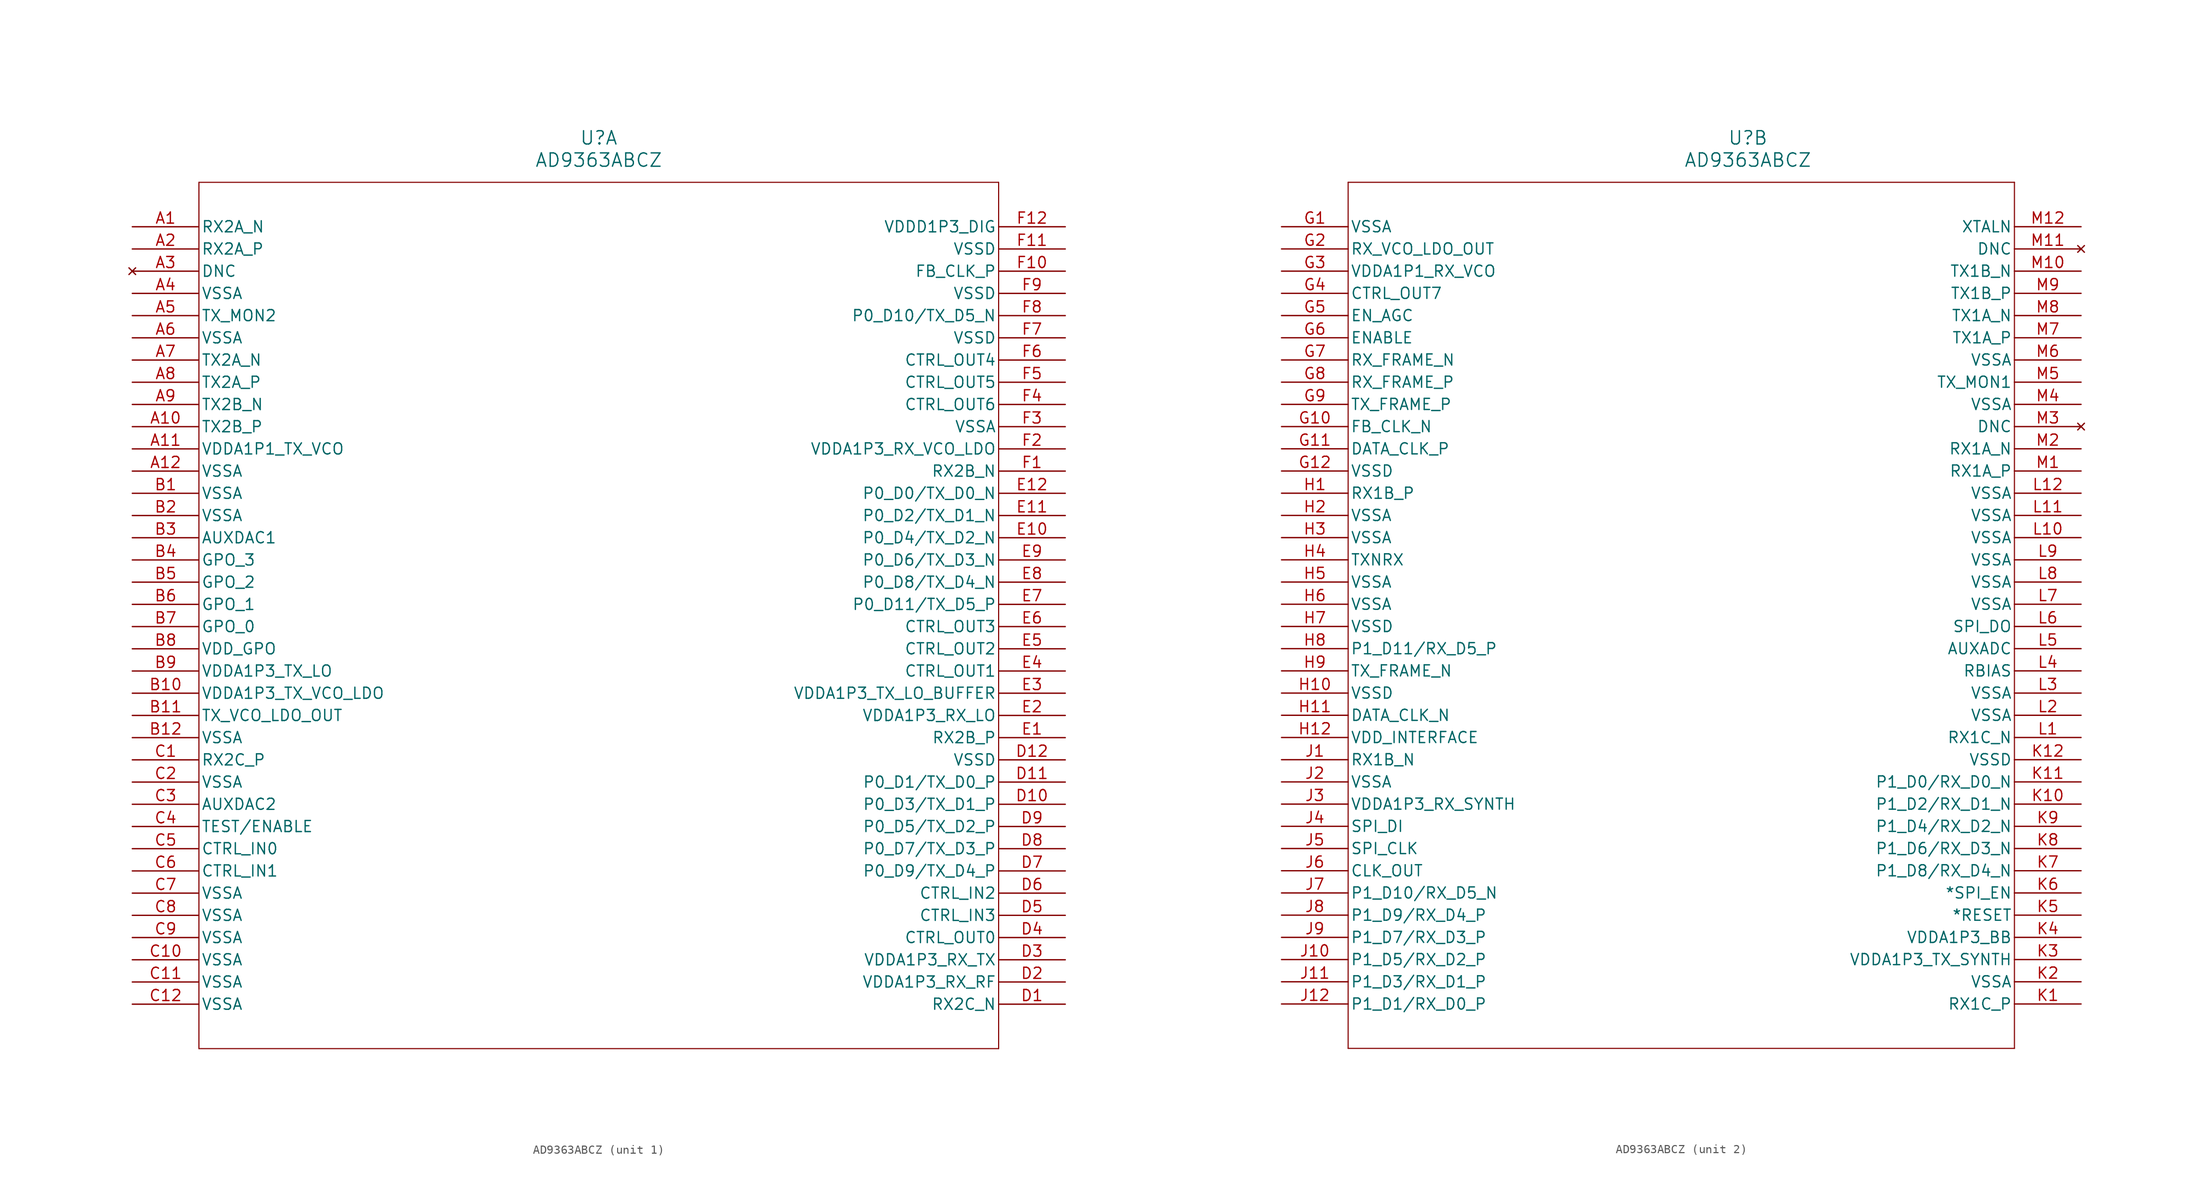
<source format=kicad_sym>
(kicad_symbol_lib
  (version 20231120)
  (generator "kicad_symbol_editor")
  (generator_version "8.0")
  (symbol "AD9363ABCZ"
    (pin_names
      (offset 0.254))
    (property "Reference" "U"
      (at 53.34 10.16 0)
      (effects (font (size 1.524 1.524))))
    (property "Value" "AD9363ABCZ"
      (at 53.34 7.62 0)
      (effects (font (size 1.524 1.524))))
    (property "ki_locked" ""
      (at 0 0 0)
      (effects (font (size 1.27 1.27))))
    (symbol "AD9363ABCZ_1_1"
      (polyline (pts (xy 7.62 -93.98) (xy 99.06 -93.98)) (stroke (width 0.127) (type default)) (fill (type none)))
      (polyline (pts (xy 7.62 5.08) (xy 7.62 -93.98)) (stroke (width 0.127) (type default)) (fill (type none)))
      (polyline (pts (xy 99.06 -93.98) (xy 99.06 5.08)) (stroke (width 0.127) (type default)) (fill (type none)))
      (polyline (pts (xy 99.06 5.08) (xy 7.62 5.08)) (stroke (width 0.127) (type default)) (fill (type none)))
      (pin input line (at 0 0 0) (length 7.62) (name "RX2A_N" (effects (font (size 1.27 1.27)))) (number "A1" (effects (font (size 1.27 1.27)))))
      (pin output line (at 0 -22.86 0) (length 7.62) (name "TX2B_P" (effects (font (size 1.27 1.27)))) (number "A10" (effects (font (size 1.27 1.27)))))
      (pin power_in line (at 0 -25.4 0) (length 7.62) (name "VDDA1P1_TX_VCO" (effects (font (size 1.27 1.27)))) (number "A11" (effects (font (size 1.27 1.27)))))
      (pin power_out line (at 0 -27.94 0) (length 7.62) (name "VSSA" (effects (font (size 1.27 1.27)))) (number "A12" (effects (font (size 1.27 1.27)))))
      (pin input line (at 0 -2.54 0) (length 7.62) (name "RX2A_P" (effects (font (size 1.27 1.27)))) (number "A2" (effects (font (size 1.27 1.27)))))
      (pin no_connect line (at 0 -5.08 0) (length 7.62) (name "DNC" (effects (font (size 1.27 1.27)))) (number "A3" (effects (font (size 1.27 1.27)))))
      (pin power_out line (at 0 -7.62 0) (length 7.62) (name "VSSA" (effects (font (size 1.27 1.27)))) (number "A4" (effects (font (size 1.27 1.27)))))
      (pin input line (at 0 -10.16 0) (length 7.62) (name "TX_MON2" (effects (font (size 1.27 1.27)))) (number "A5" (effects (font (size 1.27 1.27)))))
      (pin power_out line (at 0 -12.7 0) (length 7.62) (name "VSSA" (effects (font (size 1.27 1.27)))) (number "A6" (effects (font (size 1.27 1.27)))))
      (pin output line (at 0 -15.24 0) (length 7.62) (name "TX2A_N" (effects (font (size 1.27 1.27)))) (number "A7" (effects (font (size 1.27 1.27)))))
      (pin output line (at 0 -17.78 0) (length 7.62) (name "TX2A_P" (effects (font (size 1.27 1.27)))) (number "A8" (effects (font (size 1.27 1.27)))))
      (pin output line (at 0 -20.32 0) (length 7.62) (name "TX2B_N" (effects (font (size 1.27 1.27)))) (number "A9" (effects (font (size 1.27 1.27)))))
      (pin power_out line (at 0 -30.48 0) (length 7.62) (name "VSSA" (effects (font (size 1.27 1.27)))) (number "B1" (effects (font (size 1.27 1.27)))))
      (pin power_in line (at 0 -53.34 0) (length 7.62) (name "VDDA1P3_TX_VCO_LDO" (effects (font (size 1.27 1.27)))) (number "B10" (effects (font (size 1.27 1.27)))))
      (pin power_in line (at 0 -55.88 0) (length 7.62) (name "TX_VCO_LDO_OUT" (effects (font (size 1.27 1.27)))) (number "B11" (effects (font (size 1.27 1.27)))))
      (pin power_out line (at 0 -58.42 0) (length 7.62) (name "VSSA" (effects (font (size 1.27 1.27)))) (number "B12" (effects (font (size 1.27 1.27)))))
      (pin power_out line (at 0 -33.02 0) (length 7.62) (name "VSSA" (effects (font (size 1.27 1.27)))) (number "B2" (effects (font (size 1.27 1.27)))))
      (pin output line (at 0 -35.56 0) (length 7.62) (name "AUXDAC1" (effects (font (size 1.27 1.27)))) (number "B3" (effects (font (size 1.27 1.27)))))
      (pin output line (at 0 -38.1 0) (length 7.62) (name "GPO_3" (effects (font (size 1.27 1.27)))) (number "B4" (effects (font (size 1.27 1.27)))))
      (pin output line (at 0 -40.64 0) (length 7.62) (name "GPO_2" (effects (font (size 1.27 1.27)))) (number "B5" (effects (font (size 1.27 1.27)))))
      (pin output line (at 0 -43.18 0) (length 7.62) (name "GPO_1" (effects (font (size 1.27 1.27)))) (number "B6" (effects (font (size 1.27 1.27)))))
      (pin output line (at 0 -45.72 0) (length 7.62) (name "GPO_0" (effects (font (size 1.27 1.27)))) (number "B7" (effects (font (size 1.27 1.27)))))
      (pin power_in line (at 0 -48.26 0) (length 7.62) (name "VDD_GPO" (effects (font (size 1.27 1.27)))) (number "B8" (effects (font (size 1.27 1.27)))))
      (pin power_in line (at 0 -50.8 0) (length 7.62) (name "VDDA1P3_TX_LO" (effects (font (size 1.27 1.27)))) (number "B9" (effects (font (size 1.27 1.27)))))
      (pin input line (at 0 -60.96 0) (length 7.62) (name "RX2C_P" (effects (font (size 1.27 1.27)))) (number "C1" (effects (font (size 1.27 1.27)))))
      (pin power_out line (at 0 -83.82 0) (length 7.62) (name "VSSA" (effects (font (size 1.27 1.27)))) (number "C10" (effects (font (size 1.27 1.27)))))
      (pin power_out line (at 0 -86.36 0) (length 7.62) (name "VSSA" (effects (font (size 1.27 1.27)))) (number "C11" (effects (font (size 1.27 1.27)))))
      (pin power_out line (at 0 -88.9 0) (length 7.62) (name "VSSA" (effects (font (size 1.27 1.27)))) (number "C12" (effects (font (size 1.27 1.27)))))
      (pin power_out line (at 0 -63.5 0) (length 7.62) (name "VSSA" (effects (font (size 1.27 1.27)))) (number "C2" (effects (font (size 1.27 1.27)))))
      (pin output line (at 0 -66.04 0) (length 7.62) (name "AUXDAC2" (effects (font (size 1.27 1.27)))) (number "C3" (effects (font (size 1.27 1.27)))))
      (pin input line (at 0 -68.58 0) (length 7.62) (name "TEST/ENABLE" (effects (font (size 1.27 1.27)))) (number "C4" (effects (font (size 1.27 1.27)))))
      (pin input line (at 0 -71.12 0) (length 7.62) (name "CTRL_IN0" (effects (font (size 1.27 1.27)))) (number "C5" (effects (font (size 1.27 1.27)))))
      (pin input line (at 0 -73.66 0) (length 7.62) (name "CTRL_IN1" (effects (font (size 1.27 1.27)))) (number "C6" (effects (font (size 1.27 1.27)))))
      (pin power_out line (at 0 -76.2 0) (length 7.62) (name "VSSA" (effects (font (size 1.27 1.27)))) (number "C7" (effects (font (size 1.27 1.27)))))
      (pin power_out line (at 0 -78.74 0) (length 7.62) (name "VSSA" (effects (font (size 1.27 1.27)))) (number "C8" (effects (font (size 1.27 1.27)))))
      (pin power_out line (at 0 -81.28 0) (length 7.62) (name "VSSA" (effects (font (size 1.27 1.27)))) (number "C9" (effects (font (size 1.27 1.27)))))
      (pin input line (at 106.68 -88.9 180) (length 7.62) (name "RX2C_N" (effects (font (size 1.27 1.27)))) (number "D1" (effects (font (size 1.27 1.27)))))
      (pin bidirectional line (at 106.68 -66.04 180) (length 7.62) (name "P0_D3/TX_D1_P" (effects (font (size 1.27 1.27)))) (number "D10" (effects (font (size 1.27 1.27)))))
      (pin bidirectional line (at 106.68 -63.5 180) (length 7.62) (name "P0_D1/TX_D0_P" (effects (font (size 1.27 1.27)))) (number "D11" (effects (font (size 1.27 1.27)))))
      (pin power_out line (at 106.68 -60.96 180) (length 7.62) (name "VSSD" (effects (font (size 1.27 1.27)))) (number "D12" (effects (font (size 1.27 1.27)))))
      (pin power_in line (at 106.68 -86.36 180) (length 7.62) (name "VDDA1P3_RX_RF" (effects (font (size 1.27 1.27)))) (number "D2" (effects (font (size 1.27 1.27)))))
      (pin power_in line (at 106.68 -83.82 180) (length 7.62) (name "VDDA1P3_RX_TX" (effects (font (size 1.27 1.27)))) (number "D3" (effects (font (size 1.27 1.27)))))
      (pin output line (at 106.68 -81.28 180) (length 7.62) (name "CTRL_OUT0" (effects (font (size 1.27 1.27)))) (number "D4" (effects (font (size 1.27 1.27)))))
      (pin input line (at 106.68 -78.74 180) (length 7.62) (name "CTRL_IN3" (effects (font (size 1.27 1.27)))) (number "D5" (effects (font (size 1.27 1.27)))))
      (pin input line (at 106.68 -76.2 180) (length 7.62) (name "CTRL_IN2" (effects (font (size 1.27 1.27)))) (number "D6" (effects (font (size 1.27 1.27)))))
      (pin bidirectional line (at 106.68 -73.66 180) (length 7.62) (name "P0_D9/TX_D4_P" (effects (font (size 1.27 1.27)))) (number "D7" (effects (font (size 1.27 1.27)))))
      (pin bidirectional line (at 106.68 -71.12 180) (length 7.62) (name "P0_D7/TX_D3_P" (effects (font (size 1.27 1.27)))) (number "D8" (effects (font (size 1.27 1.27)))))
      (pin bidirectional line (at 106.68 -68.58 180) (length 7.62) (name "P0_D5/TX_D2_P" (effects (font (size 1.27 1.27)))) (number "D9" (effects (font (size 1.27 1.27)))))
      (pin input line (at 106.68 -58.42 180) (length 7.62) (name "RX2B_P" (effects (font (size 1.27 1.27)))) (number "E1" (effects (font (size 1.27 1.27)))))
      (pin bidirectional line (at 106.68 -35.56 180) (length 7.62) (name "P0_D4/TX_D2_N" (effects (font (size 1.27 1.27)))) (number "E10" (effects (font (size 1.27 1.27)))))
      (pin bidirectional line (at 106.68 -33.02 180) (length 7.62) (name "P0_D2/TX_D1_N" (effects (font (size 1.27 1.27)))) (number "E11" (effects (font (size 1.27 1.27)))))
      (pin bidirectional line (at 106.68 -30.48 180) (length 7.62) (name "P0_D0/TX_D0_N" (effects (font (size 1.27 1.27)))) (number "E12" (effects (font (size 1.27 1.27)))))
      (pin power_in line (at 106.68 -55.88 180) (length 7.62) (name "VDDA1P3_RX_LO" (effects (font (size 1.27 1.27)))) (number "E2" (effects (font (size 1.27 1.27)))))
      (pin power_in line (at 106.68 -53.34 180) (length 7.62) (name "VDDA1P3_TX_LO_BUFFER" (effects (font (size 1.27 1.27)))) (number "E3" (effects (font (size 1.27 1.27)))))
      (pin output line (at 106.68 -50.8 180) (length 7.62) (name "CTRL_OUT1" (effects (font (size 1.27 1.27)))) (number "E4" (effects (font (size 1.27 1.27)))))
      (pin output line (at 106.68 -48.26 180) (length 7.62) (name "CTRL_OUT2" (effects (font (size 1.27 1.27)))) (number "E5" (effects (font (size 1.27 1.27)))))
      (pin output line (at 106.68 -45.72 180) (length 7.62) (name "CTRL_OUT3" (effects (font (size 1.27 1.27)))) (number "E6" (effects (font (size 1.27 1.27)))))
      (pin bidirectional line (at 106.68 -43.18 180) (length 7.62) (name "P0_D11/TX_D5_P" (effects (font (size 1.27 1.27)))) (number "E7" (effects (font (size 1.27 1.27)))))
      (pin bidirectional line (at 106.68 -40.64 180) (length 7.62) (name "P0_D8/TX_D4_N" (effects (font (size 1.27 1.27)))) (number "E8" (effects (font (size 1.27 1.27)))))
      (pin bidirectional line (at 106.68 -38.1 180) (length 7.62) (name "P0_D6/TX_D3_N" (effects (font (size 1.27 1.27)))) (number "E9" (effects (font (size 1.27 1.27)))))
      (pin input line (at 106.68 -27.94 180) (length 7.62) (name "RX2B_N" (effects (font (size 1.27 1.27)))) (number "F1" (effects (font (size 1.27 1.27)))))
      (pin input line (at 106.68 -5.08 180) (length 7.62) (name "FB_CLK_P" (effects (font (size 1.27 1.27)))) (number "F10" (effects (font (size 1.27 1.27)))))
      (pin power_out line (at 106.68 -2.54 180) (length 7.62) (name "VSSD" (effects (font (size 1.27 1.27)))) (number "F11" (effects (font (size 1.27 1.27)))))
      (pin power_in line (at 106.68 0 180) (length 7.62) (name "VDDD1P3_DIG" (effects (font (size 1.27 1.27)))) (number "F12" (effects (font (size 1.27 1.27)))))
      (pin power_in line (at 106.68 -25.4 180) (length 7.62) (name "VDDA1P3_RX_VCO_LDO" (effects (font (size 1.27 1.27)))) (number "F2" (effects (font (size 1.27 1.27)))))
      (pin power_out line (at 106.68 -22.86 180) (length 7.62) (name "VSSA" (effects (font (size 1.27 1.27)))) (number "F3" (effects (font (size 1.27 1.27)))))
      (pin output line (at 106.68 -20.32 180) (length 7.62) (name "CTRL_OUT6" (effects (font (size 1.27 1.27)))) (number "F4" (effects (font (size 1.27 1.27)))))
      (pin output line (at 106.68 -17.78 180) (length 7.62) (name "CTRL_OUT5" (effects (font (size 1.27 1.27)))) (number "F5" (effects (font (size 1.27 1.27)))))
      (pin output line (at 106.68 -15.24 180) (length 7.62) (name "CTRL_OUT4" (effects (font (size 1.27 1.27)))) (number "F6" (effects (font (size 1.27 1.27)))))
      (pin power_out line (at 106.68 -12.7 180) (length 7.62) (name "VSSD" (effects (font (size 1.27 1.27)))) (number "F7" (effects (font (size 1.27 1.27)))))
      (pin bidirectional line (at 106.68 -10.16 180) (length 7.62) (name "P0_D10/TX_D5_N" (effects (font (size 1.27 1.27)))) (number "F8" (effects (font (size 1.27 1.27)))))
      (pin power_out line (at 106.68 -7.62 180) (length 7.62) (name "VSSD" (effects (font (size 1.27 1.27)))) (number "F9" (effects (font (size 1.27 1.27))))))
    (symbol "AD9363ABCZ_2_1"
      (polyline (pts (xy 7.62 -93.98) (xy 83.82 -93.98)) (stroke (width 0.127) (type default)) (fill (type none)))
      (polyline (pts (xy 7.62 5.08) (xy 7.62 -93.98)) (stroke (width 0.127) (type default)) (fill (type none)))
      (polyline (pts (xy 83.82 -93.98) (xy 83.82 5.08)) (stroke (width 0.127) (type default)) (fill (type none)))
      (polyline (pts (xy 83.82 5.08) (xy 7.62 5.08)) (stroke (width 0.127) (type default)) (fill (type none)))
      (pin power_out line (at 0 0 0) (length 7.62) (name "VSSA" (effects (font (size 1.27 1.27)))) (number "G1" (effects (font (size 1.27 1.27)))))
      (pin input line (at 0 -22.86 0) (length 7.62) (name "FB_CLK_N" (effects (font (size 1.27 1.27)))) (number "G10" (effects (font (size 1.27 1.27)))))
      (pin output line (at 0 -25.4 0) (length 7.62) (name "DATA_CLK_P" (effects (font (size 1.27 1.27)))) (number "G11" (effects (font (size 1.27 1.27)))))
      (pin power_out line (at 0 -27.94 0) (length 7.62) (name "VSSD" (effects (font (size 1.27 1.27)))) (number "G12" (effects (font (size 1.27 1.27)))))
      (pin power_in line (at 0 -2.54 0) (length 7.62) (name "RX_VCO_LDO_OUT" (effects (font (size 1.27 1.27)))) (number "G2" (effects (font (size 1.27 1.27)))))
      (pin power_in line (at 0 -5.08 0) (length 7.62) (name "VDDA1P1_RX_VCO" (effects (font (size 1.27 1.27)))) (number "G3" (effects (font (size 1.27 1.27)))))
      (pin output line (at 0 -7.62 0) (length 7.62) (name "CTRL_OUT7" (effects (font (size 1.27 1.27)))) (number "G4" (effects (font (size 1.27 1.27)))))
      (pin input line (at 0 -10.16 0) (length 7.62) (name "EN_AGC" (effects (font (size 1.27 1.27)))) (number "G5" (effects (font (size 1.27 1.27)))))
      (pin input line (at 0 -12.7 0) (length 7.62) (name "ENABLE" (effects (font (size 1.27 1.27)))) (number "G6" (effects (font (size 1.27 1.27)))))
      (pin output line (at 0 -15.24 0) (length 7.62) (name "RX_FRAME_N" (effects (font (size 1.27 1.27)))) (number "G7" (effects (font (size 1.27 1.27)))))
      (pin output line (at 0 -17.78 0) (length 7.62) (name "RX_FRAME_P" (effects (font (size 1.27 1.27)))) (number "G8" (effects (font (size 1.27 1.27)))))
      (pin input line (at 0 -20.32 0) (length 7.62) (name "TX_FRAME_P" (effects (font (size 1.27 1.27)))) (number "G9" (effects (font (size 1.27 1.27)))))
      (pin input line (at 0 -30.48 0) (length 7.62) (name "RX1B_P" (effects (font (size 1.27 1.27)))) (number "H1" (effects (font (size 1.27 1.27)))))
      (pin power_out line (at 0 -53.34 0) (length 7.62) (name "VSSD" (effects (font (size 1.27 1.27)))) (number "H10" (effects (font (size 1.27 1.27)))))
      (pin output line (at 0 -55.88 0) (length 7.62) (name "DATA_CLK_N" (effects (font (size 1.27 1.27)))) (number "H11" (effects (font (size 1.27 1.27)))))
      (pin power_in line (at 0 -58.42 0) (length 7.62) (name "VDD_INTERFACE" (effects (font (size 1.27 1.27)))) (number "H12" (effects (font (size 1.27 1.27)))))
      (pin power_out line (at 0 -33.02 0) (length 7.62) (name "VSSA" (effects (font (size 1.27 1.27)))) (number "H2" (effects (font (size 1.27 1.27)))))
      (pin power_out line (at 0 -35.56 0) (length 7.62) (name "VSSA" (effects (font (size 1.27 1.27)))) (number "H3" (effects (font (size 1.27 1.27)))))
      (pin input line (at 0 -38.1 0) (length 7.62) (name "TXNRX" (effects (font (size 1.27 1.27)))) (number "H4" (effects (font (size 1.27 1.27)))))
      (pin power_out line (at 0 -40.64 0) (length 7.62) (name "VSSA" (effects (font (size 1.27 1.27)))) (number "H5" (effects (font (size 1.27 1.27)))))
      (pin power_out line (at 0 -43.18 0) (length 7.62) (name "VSSA" (effects (font (size 1.27 1.27)))) (number "H6" (effects (font (size 1.27 1.27)))))
      (pin power_out line (at 0 -45.72 0) (length 7.62) (name "VSSD" (effects (font (size 1.27 1.27)))) (number "H7" (effects (font (size 1.27 1.27)))))
      (pin bidirectional line (at 0 -48.26 0) (length 7.62) (name "P1_D11/RX_D5_P" (effects (font (size 1.27 1.27)))) (number "H8" (effects (font (size 1.27 1.27)))))
      (pin input line (at 0 -50.8 0) (length 7.62) (name "TX_FRAME_N" (effects (font (size 1.27 1.27)))) (number "H9" (effects (font (size 1.27 1.27)))))
      (pin input line (at 0 -60.96 0) (length 7.62) (name "RX1B_N" (effects (font (size 1.27 1.27)))) (number "J1" (effects (font (size 1.27 1.27)))))
      (pin bidirectional line (at 0 -83.82 0) (length 7.62) (name "P1_D5/RX_D2_P" (effects (font (size 1.27 1.27)))) (number "J10" (effects (font (size 1.27 1.27)))))
      (pin bidirectional line (at 0 -86.36 0) (length 7.62) (name "P1_D3/RX_D1_P" (effects (font (size 1.27 1.27)))) (number "J11" (effects (font (size 1.27 1.27)))))
      (pin bidirectional line (at 0 -88.9 0) (length 7.62) (name "P1_D1/RX_D0_P" (effects (font (size 1.27 1.27)))) (number "J12" (effects (font (size 1.27 1.27)))))
      (pin power_out line (at 0 -63.5 0) (length 7.62) (name "VSSA" (effects (font (size 1.27 1.27)))) (number "J2" (effects (font (size 1.27 1.27)))))
      (pin power_in line (at 0 -66.04 0) (length 7.62) (name "VDDA1P3_RX_SYNTH" (effects (font (size 1.27 1.27)))) (number "J3" (effects (font (size 1.27 1.27)))))
      (pin input line (at 0 -68.58 0) (length 7.62) (name "SPI_DI" (effects (font (size 1.27 1.27)))) (number "J4" (effects (font (size 1.27 1.27)))))
      (pin input line (at 0 -71.12 0) (length 7.62) (name "SPI_CLK" (effects (font (size 1.27 1.27)))) (number "J5" (effects (font (size 1.27 1.27)))))
      (pin output line (at 0 -73.66 0) (length 7.62) (name "CLK_OUT" (effects (font (size 1.27 1.27)))) (number "J6" (effects (font (size 1.27 1.27)))))
      (pin bidirectional line (at 0 -76.2 0) (length 7.62) (name "P1_D10/RX_D5_N" (effects (font (size 1.27 1.27)))) (number "J7" (effects (font (size 1.27 1.27)))))
      (pin bidirectional line (at 0 -78.74 0) (length 7.62) (name "P1_D9/RX_D4_P" (effects (font (size 1.27 1.27)))) (number "J8" (effects (font (size 1.27 1.27)))))
      (pin bidirectional line (at 0 -81.28 0) (length 7.62) (name "P1_D7/RX_D3_P" (effects (font (size 1.27 1.27)))) (number "J9" (effects (font (size 1.27 1.27)))))
      (pin input line (at 91.44 -88.9 180) (length 7.62) (name "RX1C_P" (effects (font (size 1.27 1.27)))) (number "K1" (effects (font (size 1.27 1.27)))))
      (pin bidirectional line (at 91.44 -66.04 180) (length 7.62) (name "P1_D2/RX_D1_N" (effects (font (size 1.27 1.27)))) (number "K10" (effects (font (size 1.27 1.27)))))
      (pin bidirectional line (at 91.44 -63.5 180) (length 7.62) (name "P1_D0/RX_D0_N" (effects (font (size 1.27 1.27)))) (number "K11" (effects (font (size 1.27 1.27)))))
      (pin power_out line (at 91.44 -60.96 180) (length 7.62) (name "VSSD" (effects (font (size 1.27 1.27)))) (number "K12" (effects (font (size 1.27 1.27)))))
      (pin power_out line (at 91.44 -86.36 180) (length 7.62) (name "VSSA" (effects (font (size 1.27 1.27)))) (number "K2" (effects (font (size 1.27 1.27)))))
      (pin power_in line (at 91.44 -83.82 180) (length 7.62) (name "VDDA1P3_TX_SYNTH" (effects (font (size 1.27 1.27)))) (number "K3" (effects (font (size 1.27 1.27)))))
      (pin power_in line (at 91.44 -81.28 180) (length 7.62) (name "VDDA1P3_BB" (effects (font (size 1.27 1.27)))) (number "K4" (effects (font (size 1.27 1.27)))))
      (pin input line (at 91.44 -78.74 180) (length 7.62) (name "*RESET" (effects (font (size 1.27 1.27)))) (number "K5" (effects (font (size 1.27 1.27)))))
      (pin input line (at 91.44 -76.2 180) (length 7.62) (name "*SPI_EN" (effects (font (size 1.27 1.27)))) (number "K6" (effects (font (size 1.27 1.27)))))
      (pin bidirectional line (at 91.44 -73.66 180) (length 7.62) (name "P1_D8/RX_D4_N" (effects (font (size 1.27 1.27)))) (number "K7" (effects (font (size 1.27 1.27)))))
      (pin bidirectional line (at 91.44 -71.12 180) (length 7.62) (name "P1_D6/RX_D3_N" (effects (font (size 1.27 1.27)))) (number "K8" (effects (font (size 1.27 1.27)))))
      (pin bidirectional line (at 91.44 -68.58 180) (length 7.62) (name "P1_D4/RX_D2_N" (effects (font (size 1.27 1.27)))) (number "K9" (effects (font (size 1.27 1.27)))))
      (pin input line (at 91.44 -58.42 180) (length 7.62) (name "RX1C_N" (effects (font (size 1.27 1.27)))) (number "L1" (effects (font (size 1.27 1.27)))))
      (pin power_out line (at 91.44 -35.56 180) (length 7.62) (name "VSSA" (effects (font (size 1.27 1.27)))) (number "L10" (effects (font (size 1.27 1.27)))))
      (pin power_out line (at 91.44 -33.02 180) (length 7.62) (name "VSSA" (effects (font (size 1.27 1.27)))) (number "L11" (effects (font (size 1.27 1.27)))))
      (pin power_out line (at 91.44 -30.48 180) (length 7.62) (name "VSSA" (effects (font (size 1.27 1.27)))) (number "L12" (effects (font (size 1.27 1.27)))))
      (pin power_out line (at 91.44 -55.88 180) (length 7.62) (name "VSSA" (effects (font (size 1.27 1.27)))) (number "L2" (effects (font (size 1.27 1.27)))))
      (pin power_out line (at 91.44 -53.34 180) (length 7.62) (name "VSSA" (effects (font (size 1.27 1.27)))) (number "L3" (effects (font (size 1.27 1.27)))))
      (pin power_in line (at 91.44 -50.8 180) (length 7.62) (name "RBIAS" (effects (font (size 1.27 1.27)))) (number "L4" (effects (font (size 1.27 1.27)))))
      (pin input line (at 91.44 -48.26 180) (length 7.62) (name "AUXADC" (effects (font (size 1.27 1.27)))) (number "L5" (effects (font (size 1.27 1.27)))))
      (pin output line (at 91.44 -45.72 180) (length 7.62) (name "SPI_DO" (effects (font (size 1.27 1.27)))) (number "L6" (effects (font (size 1.27 1.27)))))
      (pin power_out line (at 91.44 -43.18 180) (length 7.62) (name "VSSA" (effects (font (size 1.27 1.27)))) (number "L7" (effects (font (size 1.27 1.27)))))
      (pin power_out line (at 91.44 -40.64 180) (length 7.62) (name "VSSA" (effects (font (size 1.27 1.27)))) (number "L8" (effects (font (size 1.27 1.27)))))
      (pin power_out line (at 91.44 -38.1 180) (length 7.62) (name "VSSA" (effects (font (size 1.27 1.27)))) (number "L9" (effects (font (size 1.27 1.27)))))
      (pin input line (at 91.44 -27.94 180) (length 7.62) (name "RX1A_P" (effects (font (size 1.27 1.27)))) (number "M1" (effects (font (size 1.27 1.27)))))
      (pin output line (at 91.44 -5.08 180) (length 7.62) (name "TX1B_N" (effects (font (size 1.27 1.27)))) (number "M10" (effects (font (size 1.27 1.27)))))
      (pin no_connect line (at 91.44 -2.54 180) (length 7.62) (name "DNC" (effects (font (size 1.27 1.27)))) (number "M11" (effects (font (size 1.27 1.27)))))
      (pin input line (at 91.44 0 180) (length 7.62) (name "XTALN" (effects (font (size 1.27 1.27)))) (number "M12" (effects (font (size 1.27 1.27)))))
      (pin input line (at 91.44 -25.4 180) (length 7.62) (name "RX1A_N" (effects (font (size 1.27 1.27)))) (number "M2" (effects (font (size 1.27 1.27)))))
      (pin no_connect line (at 91.44 -22.86 180) (length 7.62) (name "DNC" (effects (font (size 1.27 1.27)))) (number "M3" (effects (font (size 1.27 1.27)))))
      (pin power_out line (at 91.44 -20.32 180) (length 7.62) (name "VSSA" (effects (font (size 1.27 1.27)))) (number "M4" (effects (font (size 1.27 1.27)))))
      (pin input line (at 91.44 -17.78 180) (length 7.62) (name "TX_MON1" (effects (font (size 1.27 1.27)))) (number "M5" (effects (font (size 1.27 1.27)))))
      (pin power_out line (at 91.44 -15.24 180) (length 7.62) (name "VSSA" (effects (font (size 1.27 1.27)))) (number "M6" (effects (font (size 1.27 1.27)))))
      (pin output line (at 91.44 -12.7 180) (length 7.62) (name "TX1A_P" (effects (font (size 1.27 1.27)))) (number "M7" (effects (font (size 1.27 1.27)))))
      (pin output line (at 91.44 -10.16 180) (length 7.62) (name "TX1A_N" (effects (font (size 1.27 1.27)))) (number "M8" (effects (font (size 1.27 1.27)))))
      (pin output line (at 91.44 -7.62 180) (length 7.62) (name "TX1B_P" (effects (font (size 1.27 1.27)))) (number "M9" (effects (font (size 1.27 1.27))))))))
</source>
